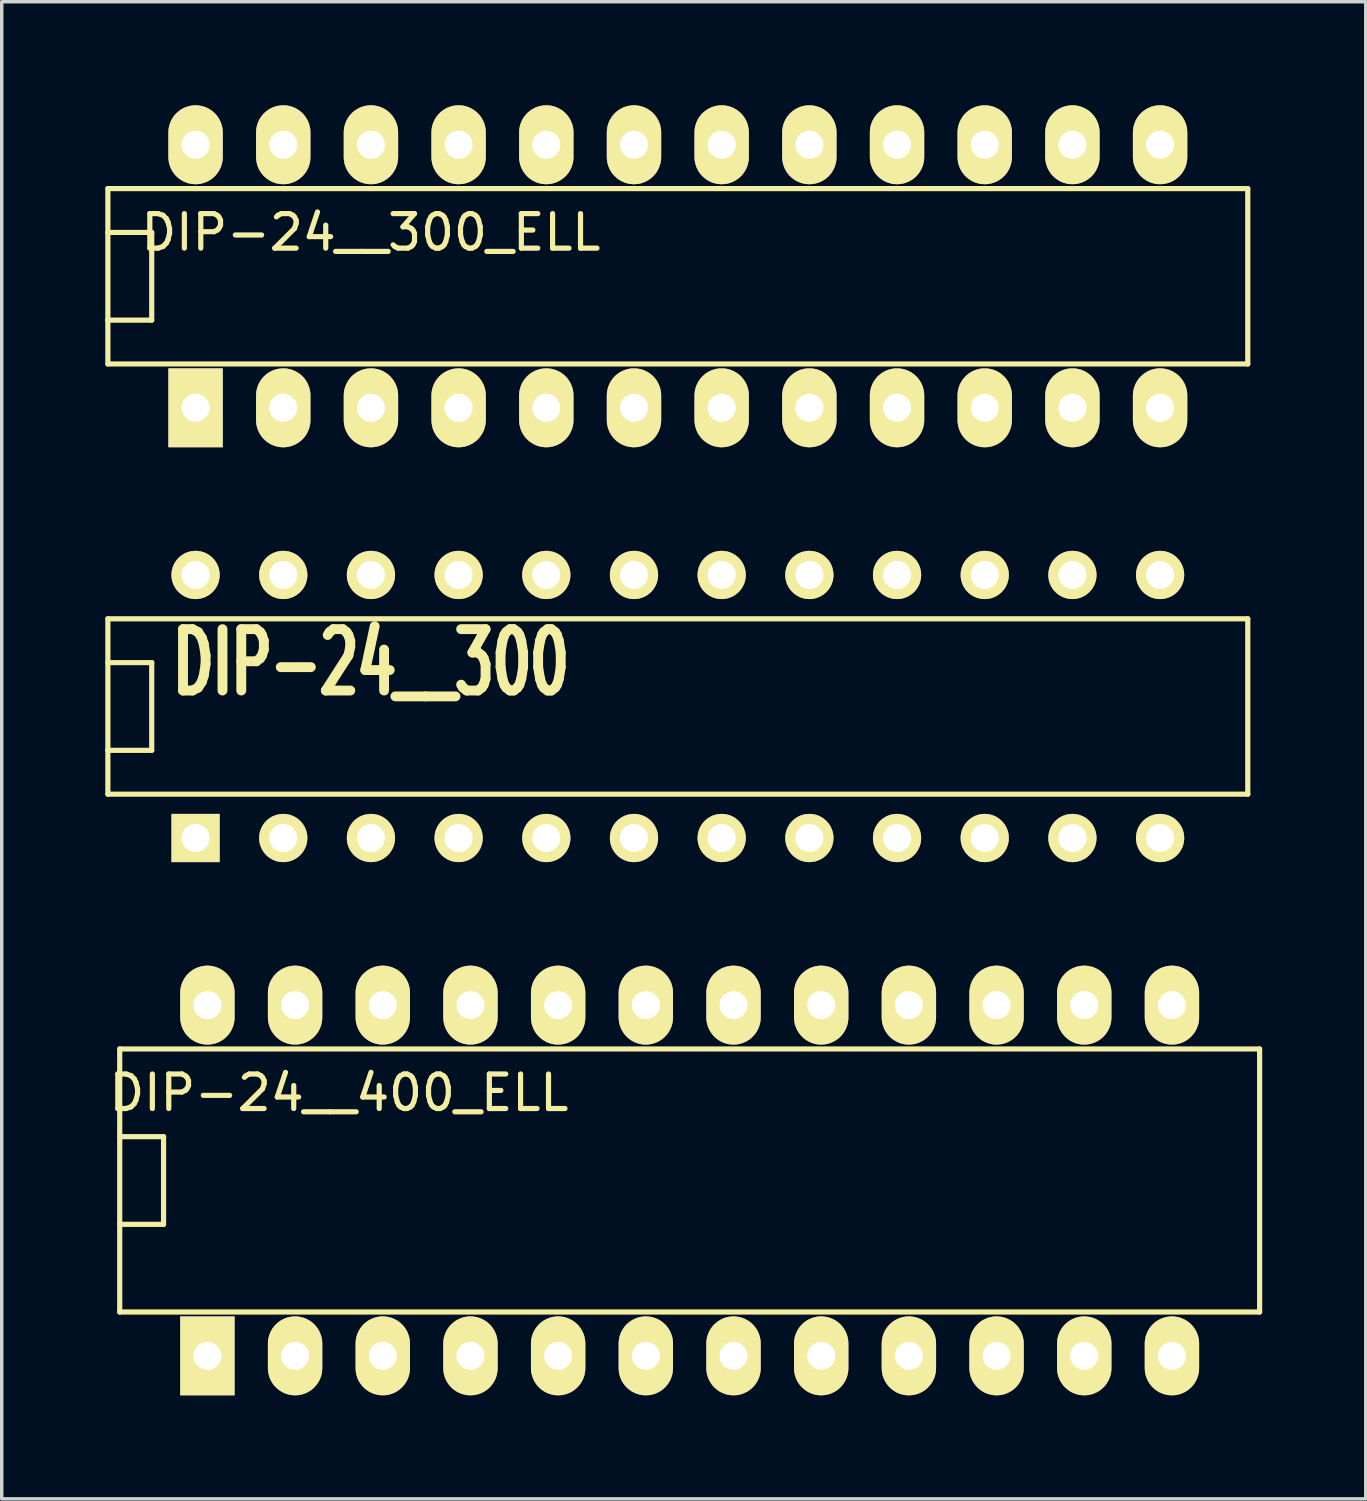
<source format=kicad_pcb>
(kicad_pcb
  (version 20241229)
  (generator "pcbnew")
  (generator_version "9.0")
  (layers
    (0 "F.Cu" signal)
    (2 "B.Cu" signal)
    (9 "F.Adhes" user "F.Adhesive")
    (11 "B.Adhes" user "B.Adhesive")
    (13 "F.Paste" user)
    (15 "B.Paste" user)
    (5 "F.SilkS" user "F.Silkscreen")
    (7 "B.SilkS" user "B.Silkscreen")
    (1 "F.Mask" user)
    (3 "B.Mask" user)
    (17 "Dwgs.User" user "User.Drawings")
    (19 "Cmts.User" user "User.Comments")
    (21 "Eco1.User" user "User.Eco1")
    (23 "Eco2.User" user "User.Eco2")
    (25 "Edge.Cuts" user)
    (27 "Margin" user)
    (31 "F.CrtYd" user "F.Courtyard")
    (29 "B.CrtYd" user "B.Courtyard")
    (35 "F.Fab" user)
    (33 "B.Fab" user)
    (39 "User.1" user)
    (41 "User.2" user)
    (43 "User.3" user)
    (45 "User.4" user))
  (footprint "DIP-24__300_ELL"
    (layer "F.Cu")
    (at 16.585 4.953)
    (property "Reference" "DIP-24__300_ELL" (at -8.89 -1.27 0) (layer "F.SilkS") (effects (font (size 1 1) (thickness 0.15))))
    (attr through_hole)
    (fp_line (start -16.51 -2.54) (end 16.51 -2.54) (stroke (width 0.15) (type solid)) (layer "F.SilkS"))
    (fp_line (start -16.51 -1.27) (end -15.24 -1.27) (stroke (width 0.15) (type solid)) (layer "F.SilkS"))
    (fp_line (start -16.51 1.27) (end -16.51 1.27) (stroke (width 0.15) (type solid)) (layer "F.SilkS"))
    (fp_line (start -16.51 2.54) (end -16.51 -2.54) (stroke (width 0.15) (type solid)) (layer "F.SilkS"))
    (fp_line (start -15.24 -1.27) (end -15.24 1.27) (stroke (width 0.15) (type solid)) (layer "F.SilkS"))
    (fp_line (start -15.24 1.27) (end -16.51 1.27) (stroke (width 0.15) (type solid)) (layer "F.SilkS"))
    (fp_line (start 16.51 -2.54) (end 16.51 2.54) (stroke (width 0.15) (type solid)) (layer "F.SilkS"))
    (fp_line (start 16.51 2.54) (end -16.51 2.54) (stroke (width 0.15) (type solid)) (layer "F.SilkS"))
    (pad "1" thru_hole rect (at -13.97 3.81) (size 1.575 2.286) (drill 0.813) (layers "*.Cu" "*.Mask" "F.SilkS"))
    (pad "2" thru_hole oval (at -11.43 3.81) (size 1.575 2.286) (drill 0.813) (layers "*.Cu" "*.Mask" "F.SilkS"))
    (pad "3" thru_hole oval (at -8.89 3.81) (size 1.575 2.286) (drill 0.813) (layers "*.Cu" "*.Mask" "F.SilkS"))
    (pad "4" thru_hole oval (at -6.35 3.81) (size 1.575 2.286) (drill 0.813) (layers "*.Cu" "*.Mask" "F.SilkS"))
    (pad "5" thru_hole oval (at -3.81 3.81) (size 1.575 2.286) (drill 0.813) (layers "*.Cu" "*.Mask" "F.SilkS"))
    (pad "6" thru_hole oval (at -1.27 3.81) (size 1.575 2.286) (drill 0.813) (layers "*.Cu" "*.Mask" "F.SilkS"))
    (pad "7" thru_hole oval (at 1.27 3.81) (size 1.575 2.286) (drill 0.813) (layers "*.Cu" "*.Mask" "F.SilkS"))
    (pad "8" thru_hole oval (at 3.81 3.81) (size 1.575 2.286) (drill 0.813) (layers "*.Cu" "*.Mask" "F.SilkS"))
    (pad "9" thru_hole oval (at 6.35 3.81) (size 1.575 2.286) (drill 0.813) (layers "*.Cu" "*.Mask" "F.SilkS"))
    (pad "10" thru_hole oval (at 8.89 3.81) (size 1.575 2.286) (drill 0.813) (layers "*.Cu" "*.Mask" "F.SilkS"))
    (pad "11" thru_hole oval (at 11.43 3.81) (size 1.575 2.286) (drill 0.813) (layers "*.Cu" "*.Mask" "F.SilkS"))
    (pad "12" thru_hole oval (at 13.97 3.81) (size 1.575 2.286) (drill 0.813) (layers "*.Cu" "*.Mask" "F.SilkS"))
    (pad "13" thru_hole oval (at 13.97 -3.81) (size 1.575 2.286) (drill 0.813) (layers "*.Cu" "*.Mask" "F.SilkS"))
    (pad "14" thru_hole oval (at 11.43 -3.81) (size 1.575 2.286) (drill 0.813) (layers "*.Cu" "*.Mask" "F.SilkS"))
    (pad "15" thru_hole oval (at 8.89 -3.81) (size 1.575 2.286) (drill 0.813) (layers "*.Cu" "*.Mask" "F.SilkS"))
    (pad "16" thru_hole oval (at 6.35 -3.81) (size 1.575 2.286) (drill 0.813) (layers "*.Cu" "*.Mask" "F.SilkS"))
    (pad "17" thru_hole oval (at 3.81 -3.81) (size 1.575 2.286) (drill 0.813) (layers "*.Cu" "*.Mask" "F.SilkS"))
    (pad "18" thru_hole oval (at 1.27 -3.81) (size 1.575 2.286) (drill 0.813) (layers "*.Cu" "*.Mask" "F.SilkS"))
    (pad "19" thru_hole oval (at -1.27 -3.81) (size 1.575 2.286) (drill 0.813) (layers "*.Cu" "*.Mask" "F.SilkS"))
    (pad "20" thru_hole oval (at -3.81 -3.81) (size 1.575 2.286) (drill 0.813) (layers "*.Cu" "*.Mask" "F.SilkS"))
    (pad "21" thru_hole oval (at -6.35 -3.81) (size 1.575 2.286) (drill 0.813) (layers "*.Cu" "*.Mask" "F.SilkS"))
    (pad "22" thru_hole oval (at -8.89 -3.81) (size 1.575 2.286) (drill 0.813) (layers "*.Cu" "*.Mask" "F.SilkS"))
    (pad "23" thru_hole oval (at -11.43 -3.81) (size 1.575 2.286) (drill 0.813) (layers "*.Cu" "*.Mask" "F.SilkS"))
    (pad "24" thru_hole oval (at -13.97 -3.81) (size 1.575 2.286) (drill 0.813) (layers "*.Cu" "*.Mask" "F.SilkS")))
  (footprint "DIP-24__300"
    (layer "F.Cu")
    (at 16.585 17.415)
    (property "Reference" "DIP-24__300" (at -8.89 -1.27 0) (layer "F.SilkS") (effects (font (size 1.778 1.143) (thickness 0.305))))
    (attr through_hole)
    (fp_line (start -16.51 -2.54) (end 16.51 -2.54) (stroke (width 0.15) (type solid)) (layer "F.SilkS"))
    (fp_line (start -16.51 -1.27) (end -15.24 -1.27) (stroke (width 0.15) (type solid)) (layer "F.SilkS"))
    (fp_line (start -16.51 1.27) (end -16.51 1.27) (stroke (width 0.15) (type solid)) (layer "F.SilkS"))
    (fp_line (start -16.51 2.54) (end -16.51 -2.54) (stroke (width 0.15) (type solid)) (layer "F.SilkS"))
    (fp_line (start -15.24 -1.27) (end -15.24 1.27) (stroke (width 0.15) (type solid)) (layer "F.SilkS"))
    (fp_line (start -15.24 1.27) (end -16.51 1.27) (stroke (width 0.15) (type solid)) (layer "F.SilkS"))
    (fp_line (start 16.51 -2.54) (end 16.51 2.54) (stroke (width 0.15) (type solid)) (layer "F.SilkS"))
    (fp_line (start 16.51 2.54) (end -16.51 2.54) (stroke (width 0.15) (type solid)) (layer "F.SilkS"))
    (pad "1" thru_hole rect (at -13.97 3.81) (size 1.397 1.397) (drill 0.813) (layers "*.Cu" "*.Mask" "F.SilkS"))
    (pad "2" thru_hole circle (at -11.43 3.81) (size 1.397 1.397) (drill 0.813) (layers "*.Cu" "*.Mask" "F.SilkS"))
    (pad "3" thru_hole circle (at -8.89 3.81) (size 1.397 1.397) (drill 0.813) (layers "*.Cu" "*.Mask" "F.SilkS"))
    (pad "4" thru_hole circle (at -6.35 3.81) (size 1.397 1.397) (drill 0.813) (layers "*.Cu" "*.Mask" "F.SilkS"))
    (pad "5" thru_hole circle (at -3.81 3.81) (size 1.397 1.397) (drill 0.813) (layers "*.Cu" "*.Mask" "F.SilkS"))
    (pad "6" thru_hole circle (at -1.27 3.81) (size 1.397 1.397) (drill 0.813) (layers "*.Cu" "*.Mask" "F.SilkS"))
    (pad "7" thru_hole circle (at 1.27 3.81) (size 1.397 1.397) (drill 0.813) (layers "*.Cu" "*.Mask" "F.SilkS"))
    (pad "8" thru_hole circle (at 3.81 3.81) (size 1.397 1.397) (drill 0.813) (layers "*.Cu" "*.Mask" "F.SilkS"))
    (pad "9" thru_hole circle (at 6.35 3.81) (size 1.397 1.397) (drill 0.813) (layers "*.Cu" "*.Mask" "F.SilkS"))
    (pad "10" thru_hole circle (at 8.89 3.81) (size 1.397 1.397) (drill 0.813) (layers "*.Cu" "*.Mask" "F.SilkS"))
    (pad "11" thru_hole circle (at 11.43 3.81) (size 1.397 1.397) (drill 0.813) (layers "*.Cu" "*.Mask" "F.SilkS"))
    (pad "12" thru_hole circle (at 13.97 3.81) (size 1.397 1.397) (drill 0.813) (layers "*.Cu" "*.Mask" "F.SilkS"))
    (pad "13" thru_hole circle (at 13.97 -3.81) (size 1.397 1.397) (drill 0.813) (layers "*.Cu" "*.Mask" "F.SilkS"))
    (pad "14" thru_hole circle (at 11.43 -3.81) (size 1.397 1.397) (drill 0.813) (layers "*.Cu" "*.Mask" "F.SilkS"))
    (pad "15" thru_hole circle (at 8.89 -3.81) (size 1.397 1.397) (drill 0.813) (layers "*.Cu" "*.Mask" "F.SilkS"))
    (pad "16" thru_hole circle (at 6.35 -3.81) (size 1.397 1.397) (drill 0.813) (layers "*.Cu" "*.Mask" "F.SilkS"))
    (pad "17" thru_hole circle (at 3.81 -3.81) (size 1.397 1.397) (drill 0.813) (layers "*.Cu" "*.Mask" "F.SilkS"))
    (pad "18" thru_hole circle (at 1.27 -3.81) (size 1.397 1.397) (drill 0.813) (layers "*.Cu" "*.Mask" "F.SilkS"))
    (pad "19" thru_hole circle (at -1.27 -3.81) (size 1.397 1.397) (drill 0.813) (layers "*.Cu" "*.Mask" "F.SilkS"))
    (pad "20" thru_hole circle (at -3.81 -3.81) (size 1.397 1.397) (drill 0.813) (layers "*.Cu" "*.Mask" "F.SilkS"))
    (pad "21" thru_hole circle (at -6.35 -3.81) (size 1.397 1.397) (drill 0.813) (layers "*.Cu" "*.Mask" "F.SilkS"))
    (pad "22" thru_hole circle (at -8.89 -3.81) (size 1.397 1.397) (drill 0.813) (layers "*.Cu" "*.Mask" "F.SilkS"))
    (pad "23" thru_hole circle (at -11.43 -3.81) (size 1.397 1.397) (drill 0.813) (layers "*.Cu" "*.Mask" "F.SilkS"))
    (pad "24" thru_hole circle (at -13.97 -3.81) (size 1.397 1.397) (drill 0.813) (layers "*.Cu" "*.Mask" "F.SilkS")))
  (footprint "DIP-24__400_ELL"
    (layer "F.Cu")
    (at 16.928 31.146)
    (property "Reference" "DIP-24__400_ELL" (at -10.16 -2.54 0) (layer "F.SilkS") (effects (font (size 1 1) (thickness 0.15))))
    (attr through_hole)
    (fp_line (start -16.51 -3.81) (end 16.51 -3.81) (stroke (width 0.15) (type solid)) (layer "F.SilkS"))
    (fp_line (start -16.51 -1.27) (end -15.24 -1.27) (stroke (width 0.15) (type solid)) (layer "F.SilkS"))
    (fp_line (start -16.51 3.81) (end -16.51 -3.81) (stroke (width 0.15) (type solid)) (layer "F.SilkS"))
    (fp_line (start -15.24 -1.27) (end -15.24 1.27) (stroke (width 0.15) (type solid)) (layer "F.SilkS"))
    (fp_line (start -15.24 1.27) (end -16.51 1.27) (stroke (width 0.15) (type solid)) (layer "F.SilkS"))
    (fp_line (start 16.51 -3.81) (end 16.51 3.81) (stroke (width 0.15) (type solid)) (layer "F.SilkS"))
    (fp_line (start 16.51 3.81) (end -16.51 3.81) (stroke (width 0.15) (type solid)) (layer "F.SilkS"))
    (pad "1" thru_hole rect (at -13.97 5.08) (size 1.575 2.286) (drill 0.813) (layers "*.Cu" "*.Mask" "F.SilkS"))
    (pad "2" thru_hole oval (at -11.43 5.08) (size 1.575 2.286) (drill 0.813) (layers "*.Cu" "*.Mask" "F.SilkS"))
    (pad "3" thru_hole oval (at -8.89 5.08) (size 1.575 2.286) (drill 0.813) (layers "*.Cu" "*.Mask" "F.SilkS"))
    (pad "4" thru_hole oval (at -6.35 5.08) (size 1.575 2.286) (drill 0.813) (layers "*.Cu" "*.Mask" "F.SilkS"))
    (pad "5" thru_hole oval (at -3.81 5.08) (size 1.575 2.286) (drill 0.813) (layers "*.Cu" "*.Mask" "F.SilkS"))
    (pad "6" thru_hole oval (at -1.27 5.08) (size 1.575 2.286) (drill 0.813) (layers "*.Cu" "*.Mask" "F.SilkS"))
    (pad "7" thru_hole oval (at 1.27 5.08) (size 1.575 2.286) (drill 0.813) (layers "*.Cu" "*.Mask" "F.SilkS"))
    (pad "8" thru_hole oval (at 3.81 5.08) (size 1.575 2.286) (drill 0.813) (layers "*.Cu" "*.Mask" "F.SilkS"))
    (pad "9" thru_hole oval (at 6.35 5.08) (size 1.575 2.286) (drill 0.813) (layers "*.Cu" "*.Mask" "F.SilkS"))
    (pad "10" thru_hole oval (at 8.89 5.08) (size 1.575 2.286) (drill 0.813) (layers "*.Cu" "*.Mask" "F.SilkS"))
    (pad "11" thru_hole oval (at 11.43 5.08) (size 1.575 2.286) (drill 0.813) (layers "*.Cu" "*.Mask" "F.SilkS"))
    (pad "12" thru_hole oval (at 13.97 5.08) (size 1.575 2.286) (drill 0.813) (layers "*.Cu" "*.Mask" "F.SilkS"))
    (pad "13" thru_hole oval (at 13.97 -5.08) (size 1.575 2.286) (drill 0.813) (layers "*.Cu" "*.Mask" "F.SilkS"))
    (pad "14" thru_hole oval (at 11.43 -5.08) (size 1.575 2.286) (drill 0.813) (layers "*.Cu" "*.Mask" "F.SilkS"))
    (pad "15" thru_hole oval (at 8.89 -5.08) (size 1.575 2.286) (drill 0.813) (layers "*.Cu" "*.Mask" "F.SilkS"))
    (pad "16" thru_hole oval (at 6.35 -5.08) (size 1.575 2.286) (drill 0.813) (layers "*.Cu" "*.Mask" "F.SilkS"))
    (pad "17" thru_hole oval (at 3.81 -5.08) (size 1.575 2.286) (drill 0.813) (layers "*.Cu" "*.Mask" "F.SilkS"))
    (pad "18" thru_hole oval (at 1.27 -5.08) (size 1.575 2.286) (drill 0.813) (layers "*.Cu" "*.Mask" "F.SilkS"))
    (pad "19" thru_hole oval (at -1.27 -5.08) (size 1.575 2.286) (drill 0.813) (layers "*.Cu" "*.Mask" "F.SilkS"))
    (pad "20" thru_hole oval (at -3.81 -5.08) (size 1.575 2.286) (drill 0.813) (layers "*.Cu" "*.Mask" "F.SilkS"))
    (pad "21" thru_hole oval (at -6.35 -5.08) (size 1.575 2.286) (drill 0.813) (layers "*.Cu" "*.Mask" "F.SilkS"))
    (pad "22" thru_hole oval (at -8.89 -5.08) (size 1.575 2.286) (drill 0.813) (layers "*.Cu" "*.Mask" "F.SilkS"))
    (pad "23" thru_hole oval (at -11.43 -5.08) (size 1.575 2.286) (drill 0.813) (layers "*.Cu" "*.Mask" "F.SilkS"))
    (pad "24" thru_hole oval (at -13.97 -5.08) (size 1.575 2.286) (drill 0.813) (layers "*.Cu" "*.Mask" "F.SilkS")))
  (gr_rect
    (start -3 -3)
    (end 36.513 40.369)
    (stroke (width 0.1) (type default))
    (fill no)
    (layer "Edge.Cuts")))
</source>
